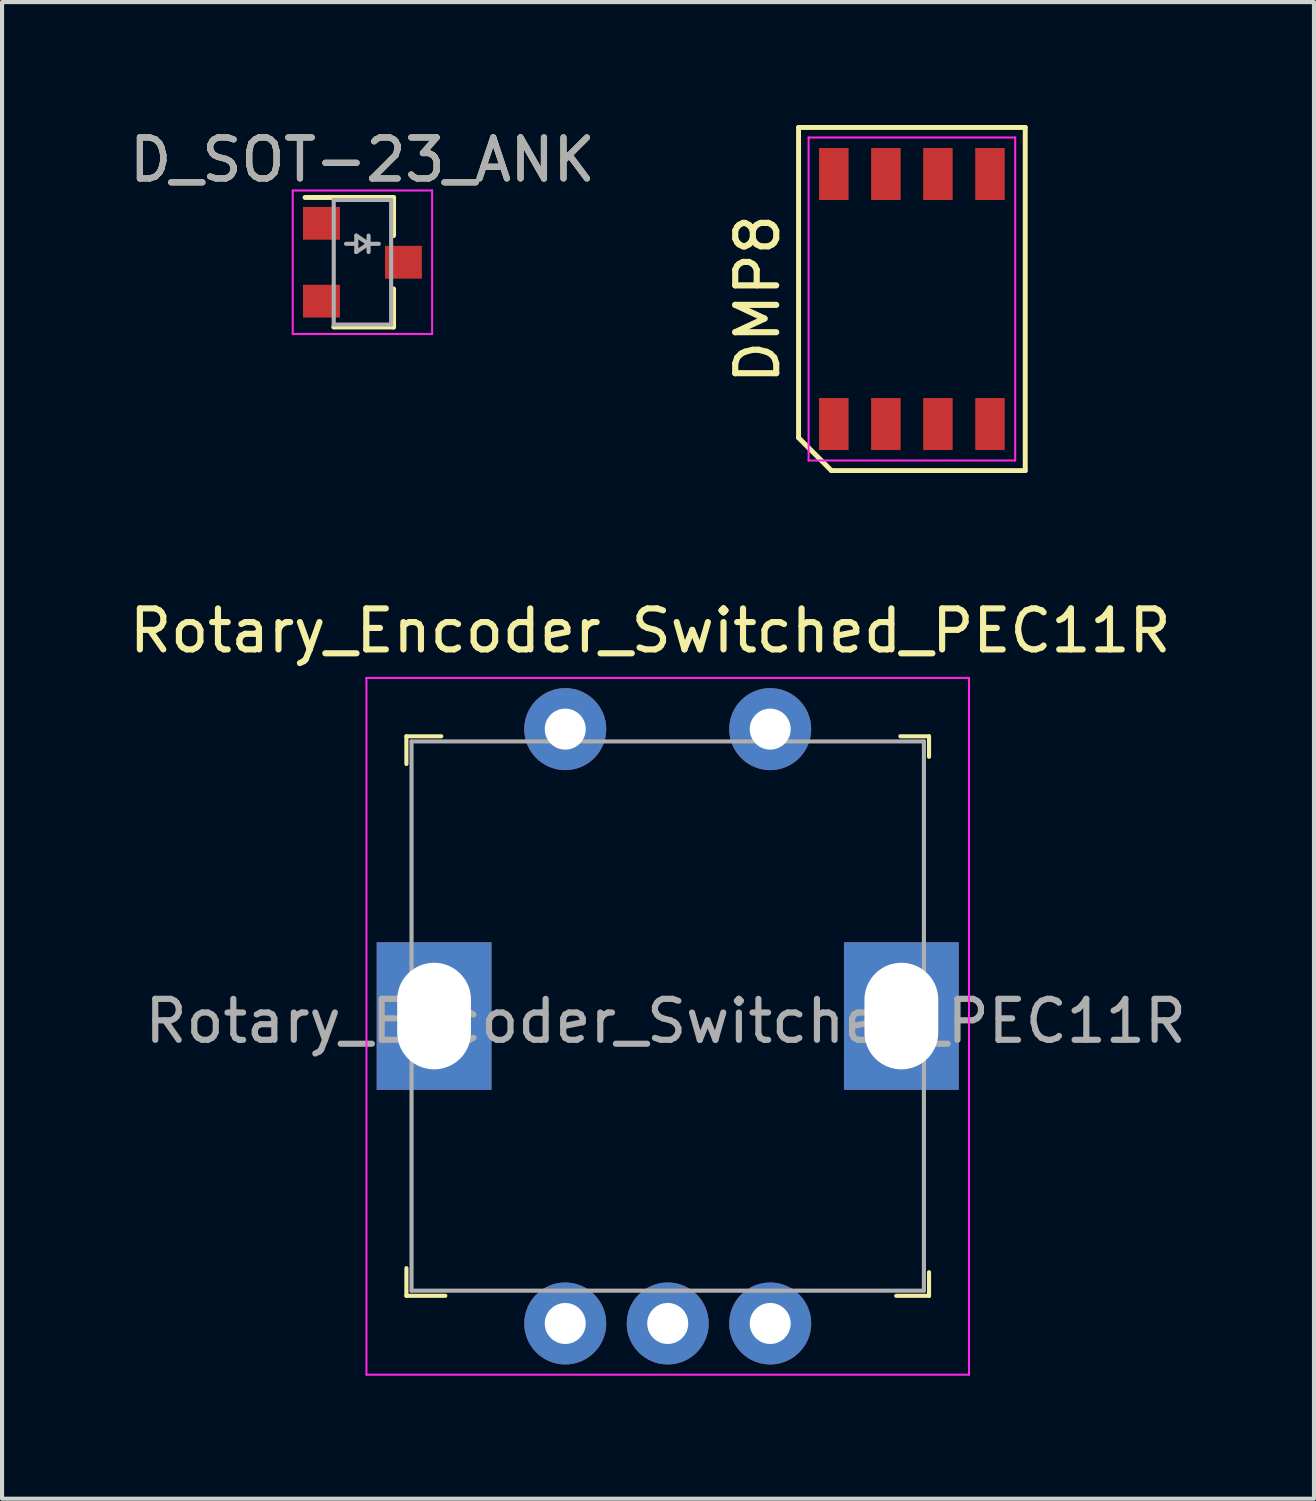
<source format=kicad_pcb>
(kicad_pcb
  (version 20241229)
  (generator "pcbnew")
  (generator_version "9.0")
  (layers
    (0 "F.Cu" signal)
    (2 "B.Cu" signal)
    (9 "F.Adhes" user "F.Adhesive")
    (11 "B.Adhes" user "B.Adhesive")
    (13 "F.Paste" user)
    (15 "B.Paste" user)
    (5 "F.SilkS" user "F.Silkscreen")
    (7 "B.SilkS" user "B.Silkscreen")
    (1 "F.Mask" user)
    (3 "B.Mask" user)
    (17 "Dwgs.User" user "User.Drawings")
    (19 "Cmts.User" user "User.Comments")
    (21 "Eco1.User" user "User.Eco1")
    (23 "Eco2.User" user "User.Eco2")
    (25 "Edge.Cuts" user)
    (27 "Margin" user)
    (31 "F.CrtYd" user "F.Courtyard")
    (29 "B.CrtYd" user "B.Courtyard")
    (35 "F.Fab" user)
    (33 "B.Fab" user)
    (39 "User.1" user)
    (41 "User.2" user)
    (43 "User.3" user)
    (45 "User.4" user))
  (footprint "DMP8"
    (layer "F.Cu")
    (at 19.197 4.245)
    (property "Reference" "DMP8" (at -3.765 0 90) (layer "F.SilkS") (effects (font (size 1 1) (thickness 0.15))))
    (attr smd)
    (fp_line (start -2.765 -4.185) (end 2.765 -4.185) (stroke (width 0.12) (type solid)) (layer "F.SilkS"))
    (fp_line (start -2.765 3.385) (end -2.765 -4.185) (stroke (width 0.12) (type solid)) (layer "F.SilkS"))
    (fp_line (start -1.965 4.185) (end -2.765 3.385) (stroke (width 0.12) (type solid)) (layer "F.SilkS"))
    (fp_line (start 2.765 -4.185) (end 2.765 4.185) (stroke (width 0.12) (type solid)) (layer "F.SilkS"))
    (fp_line (start 2.765 4.185) (end -1.965 4.185) (stroke (width 0.12) (type solid)) (layer "F.SilkS"))
    (fp_line (start -2.52 -3.94) (end 2.52 -3.94) (stroke (width 0.05) (type solid)) (layer "F.CrtYd"))
    (fp_line (start -2.52 3.94) (end -2.52 -3.94) (stroke (width 0.05) (type solid)) (layer "F.CrtYd"))
    (fp_line (start 2.52 -3.94) (end 2.52 3.94) (stroke (width 0.05) (type solid)) (layer "F.CrtYd"))
    (fp_line (start 2.52 3.94) (end -2.52 3.94) (stroke (width 0.05) (type solid)) (layer "F.CrtYd"))
    (pad "1" smd rect (at -1.905 3.05) (size 0.72 1.27) (layers "F.Cu" "F.Mask" "F.Paste"))
    (pad "2" smd rect (at -0.635 3.05) (size 0.72 1.27) (layers "F.Cu" "F.Mask" "F.Paste"))
    (pad "3" smd rect (at 0.635 3.05) (size 0.72 1.27) (layers "F.Cu" "F.Mask" "F.Paste"))
    (pad "4" smd rect (at 1.905 3.05) (size 0.72 1.27) (layers "F.Cu" "F.Mask" "F.Paste"))
    (pad "5" smd rect (at 1.905 -3.05) (size 0.72 1.27) (layers "F.Cu" "F.Mask" "F.Paste"))
    (pad "6" smd rect (at 0.635 -3.05) (size 0.72 1.27) (layers "F.Cu" "F.Mask" "F.Paste"))
    (pad "7" smd rect (at -0.635 -3.05) (size 0.72 1.27) (layers "F.Cu" "F.Mask" "F.Paste"))
    (pad "8" smd rect (at -1.905 -3.05) (size 0.72 1.27) (layers "F.Cu" "F.Mask" "F.Paste")))
  (footprint "D_SOT-23_ANK"
    (layer "F.Cu")
    (at 5.792 3.348)
    (property "Reference" "D_SOT-23_ANK" (at 0 -2.5 0) (layer "F.SilkS") (effects (font (size 1 1) (thickness 0.15))))
    (attr smd)
    (fp_line (start 0.76 -1.58) (end -1.4 -1.58) (stroke (width 0.12) (type solid)) (layer "F.SilkS"))
    (fp_line (start 0.76 -1.58) (end 0.76 -0.65) (stroke (width 0.12) (type solid)) (layer "F.SilkS"))
    (fp_line (start 0.76 1.58) (end -0.7 1.58) (stroke (width 0.12) (type solid)) (layer "F.SilkS"))
    (fp_line (start 0.76 1.58) (end 0.76 0.65) (stroke (width 0.12) (type solid)) (layer "F.SilkS"))
    (fp_line (start -1.7 -1.75) (end 1.7 -1.75) (stroke (width 0.05) (type solid)) (layer "F.CrtYd"))
    (fp_line (start -1.7 1.75) (end -1.7 -1.75) (stroke (width 0.05) (type solid)) (layer "F.CrtYd"))
    (fp_line (start 1.7 -1.75) (end 1.7 1.75) (stroke (width 0.05) (type solid)) (layer "F.CrtYd"))
    (fp_line (start 1.7 1.75) (end -1.7 1.75) (stroke (width 0.05) (type solid)) (layer "F.CrtYd"))
    (fp_line (start -0.7 -1.52) (end -0.7 1.52) (stroke (width 0.1) (type solid)) (layer "F.Fab"))
    (fp_line (start -0.7 -1.52) (end 0.7 -1.52) (stroke (width 0.1) (type solid)) (layer "F.Fab"))
    (fp_line (start -0.7 1.52) (end 0.7 1.52) (stroke (width 0.1) (type solid)) (layer "F.Fab"))
    (fp_line (start -0.15 -0.65) (end -0.15 -0.25) (stroke (width 0.1) (type solid)) (layer "F.Fab"))
    (fp_line (start -0.15 -0.45) (end -0.4 -0.45) (stroke (width 0.1) (type solid)) (layer "F.Fab"))
    (fp_line (start -0.15 -0.25) (end 0.15 -0.45) (stroke (width 0.1) (type solid)) (layer "F.Fab"))
    (fp_line (start 0.15 -0.65) (end 0.15 -0.25) (stroke (width 0.1) (type solid)) (layer "F.Fab"))
    (fp_line (start 0.15 -0.45) (end -0.15 -0.65) (stroke (width 0.1) (type solid)) (layer "F.Fab"))
    (fp_line (start 0.15 -0.45) (end 0.4 -0.45) (stroke (width 0.1) (type solid)) (layer "F.Fab"))
    (fp_line (start 0.7 -1.52) (end 0.7 1.52) (stroke (width 0.1) (type solid)) (layer "F.Fab"))
    (fp_text user "${REFERENCE}" (at 0 -2.5 0) (layer "F.Fab") (effects (font (size 1 1) (thickness 0.15))))
    (pad "" smd rect (at -1 0.95) (size 0.9 0.8) (layers "F.Cu" "F.Mask" "F.Paste"))
    (pad "1" smd rect (at -1 -0.95) (size 0.9 0.8) (layers "F.Cu" "F.Mask" "F.Paste"))
    (pad "3" smd rect (at 1 0) (size 0.9 0.8) (layers "F.Cu" "F.Mask" "F.Paste")))
  (footprint "Rotary_Encoder_Switched_PEC11R"
    (layer "F.Cu")
    (at 7.54 21.738)
    (property "Reference" "Rotary_Encoder_Switched_PEC11R" (at 5.275 -9.4 0) (layer "F.SilkS") (effects (font (size 1 1) (thickness 0.15))))
    (attr through_hole)
    (fp_line (start -0.675 -6.825) (end -0.675 -6.15) (stroke (width 0.1) (type solid)) (layer "F.SilkS"))
    (fp_line (start -0.675 6.825) (end -0.675 6.15) (stroke (width 0.1) (type solid)) (layer "F.SilkS"))
    (fp_line (start 0.175 -6.825) (end -0.675 -6.825) (stroke (width 0.1) (type solid)) (layer "F.SilkS"))
    (fp_line (start 0.275 6.825) (end -0.675 6.825) (stroke (width 0.1) (type solid)) (layer "F.SilkS"))
    (fp_line (start 11.375 -6.825) (end 12.075 -6.825) (stroke (width 0.1) (type solid)) (layer "F.SilkS"))
    (fp_line (start 12.075 -6.825) (end 12.075 -6.325) (stroke (width 0.1) (type solid)) (layer "F.SilkS"))
    (fp_line (start 12.075 6.25) (end 12.075 6.825) (stroke (width 0.1) (type solid)) (layer "F.SilkS"))
    (fp_line (start 12.075 6.825) (end 11.275 6.825) (stroke (width 0.1) (type solid)) (layer "F.SilkS"))
    (fp_line (start -1.65 -8.25) (end 13.05 -8.25) (stroke (width 0.05) (type solid)) (layer "F.CrtYd"))
    (fp_line (start -1.65 8.75) (end -1.65 -8.25) (stroke (width 0.05) (type solid)) (layer "F.CrtYd"))
    (fp_line (start 13.05 -8.25) (end 13.05 8.75) (stroke (width 0.05) (type solid)) (layer "F.CrtYd"))
    (fp_line (start 13.05 8.75) (end -1.65 8.75) (stroke (width 0.05) (type solid)) (layer "F.CrtYd"))
    (fp_line (start -0.55 -6.7) (end -0.55 6.7) (stroke (width 0.1) (type solid)) (layer "F.Fab"))
    (fp_line (start -0.55 -6.7) (end 11.95 -6.7) (stroke (width 0.1) (type solid)) (layer "F.Fab"))
    (fp_line (start -0.55 6.7) (end 11.95 6.7) (stroke (width 0.1) (type solid)) (layer "F.Fab"))
    (fp_line (start 11.95 -6.7) (end 11.95 6.7) (stroke (width 0.1) (type solid)) (layer "F.Fab"))
    (fp_text user "${REFERENCE}" (at 5.65 0.125 0) (layer "F.Fab") (effects (font (size 1 1) (thickness 0.15))))
    (pad "3" thru_hole rect (at 0 0) (size 2.8 3.6) (drill oval 1.8 2.6) (layers "*.Cu" "*.Mask"))
    (pad "3" thru_hole rect (at 11.4 0) (size 2.8 3.6) (drill oval 1.8 2.6) (layers "*.Cu" "*.Mask"))
    (pad "A" thru_hole circle (at 3.2 7.5) (size 2 2) (drill 1) (layers "*.Cu" "*.Mask"))
    (pad "B" thru_hole circle (at 8.2 7.5) (size 2 2) (drill 1) (layers "*.Cu" "*.Mask"))
    (pad "C" thru_hole circle (at 5.7 7.5) (size 2 2) (drill 1) (layers "*.Cu" "*.Mask"))
    (pad "S1" thru_hole circle (at 3.2 -7) (size 2 2) (drill 1) (layers "*.Cu" "*.Mask"))
    (pad "S2" thru_hole circle (at 8.2 -7) (size 2 2) (drill 1) (layers "*.Cu" "*.Mask")))
  (gr_rect
    (start -3 -3)
    (end 29.006 33.513)
    (stroke (width 0.1) (type default))
    (fill no)
    (layer "Edge.Cuts")))
</source>
